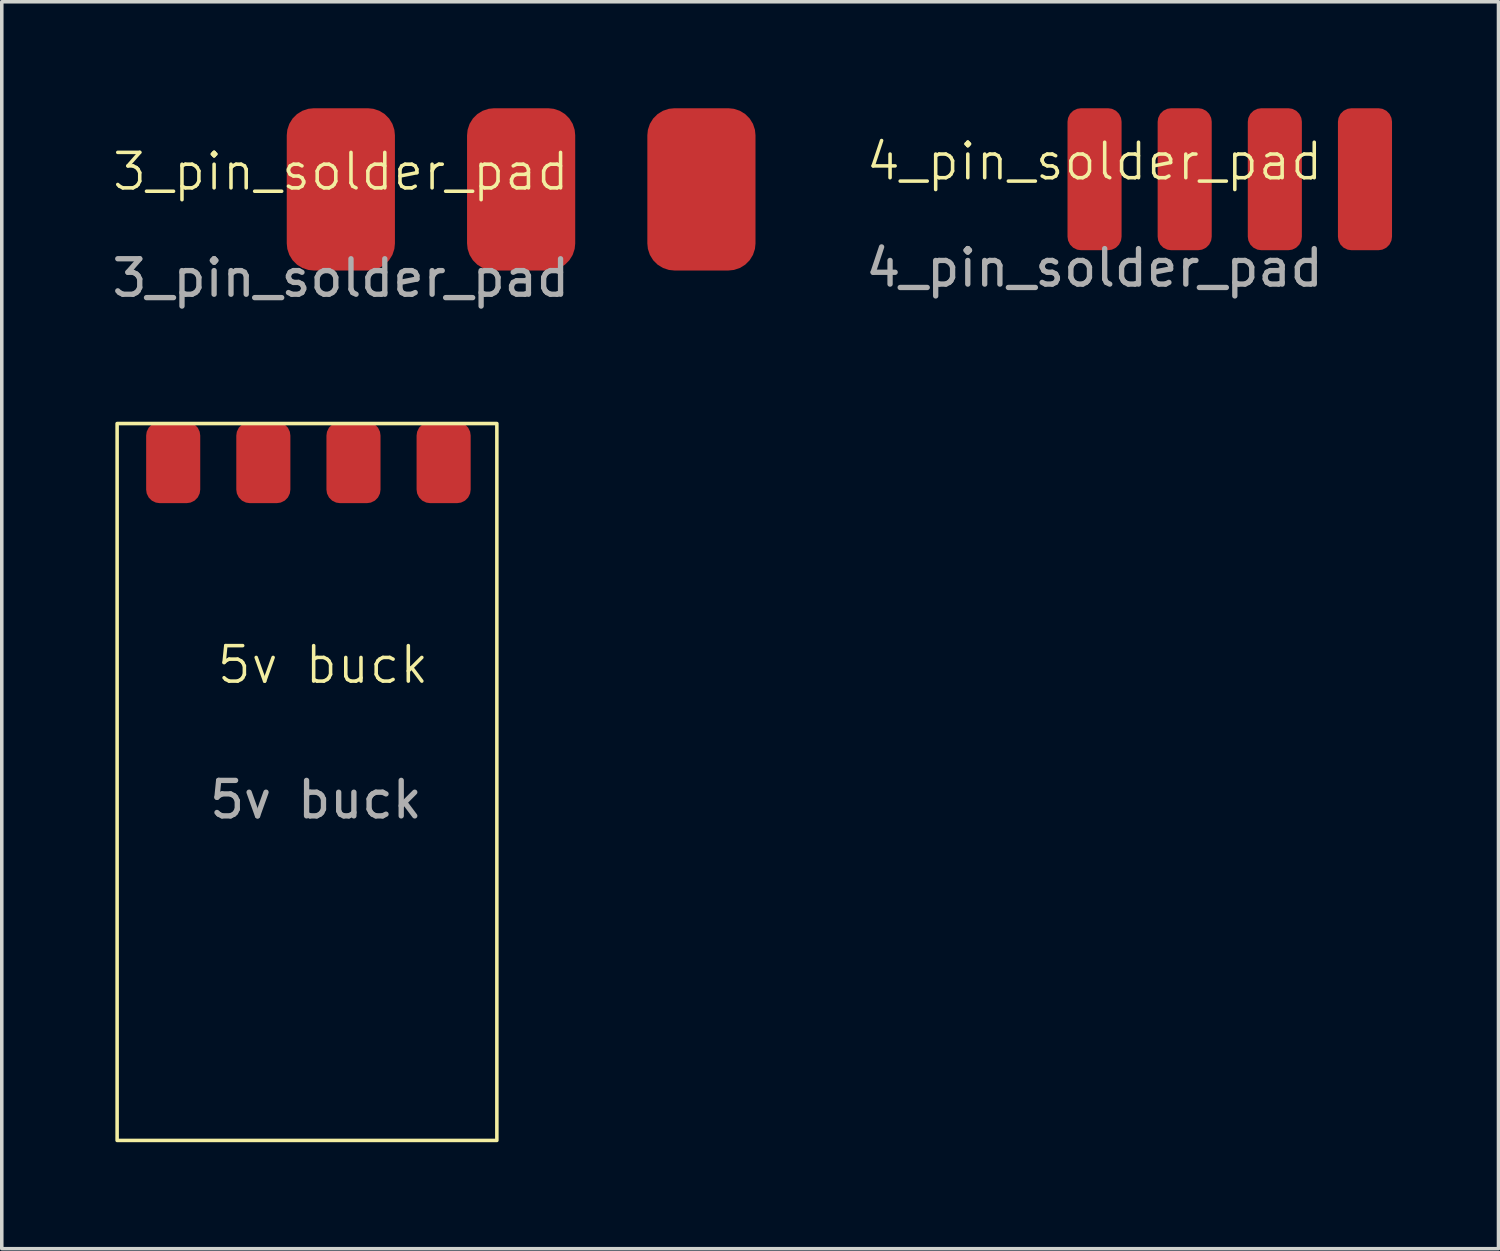
<source format=kicad_pcb>
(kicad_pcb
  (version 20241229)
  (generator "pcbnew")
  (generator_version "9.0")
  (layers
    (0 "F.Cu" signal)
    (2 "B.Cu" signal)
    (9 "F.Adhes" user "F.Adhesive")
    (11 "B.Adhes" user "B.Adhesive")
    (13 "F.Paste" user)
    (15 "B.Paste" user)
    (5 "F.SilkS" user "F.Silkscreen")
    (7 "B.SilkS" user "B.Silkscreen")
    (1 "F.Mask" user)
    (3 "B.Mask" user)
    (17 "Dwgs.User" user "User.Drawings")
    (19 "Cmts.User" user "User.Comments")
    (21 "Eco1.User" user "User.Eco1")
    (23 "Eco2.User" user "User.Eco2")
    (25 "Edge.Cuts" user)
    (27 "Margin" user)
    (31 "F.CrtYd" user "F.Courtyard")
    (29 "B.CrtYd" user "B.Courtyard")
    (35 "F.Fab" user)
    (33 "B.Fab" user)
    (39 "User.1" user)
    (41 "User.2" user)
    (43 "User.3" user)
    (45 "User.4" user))
  (footprint "4_pin_solder_pad"
    (layer "F.Cu")
    (at 27.791 2)
    (property "Reference" "4_pin_solder_pad" (at 0 -0.5 0) (unlocked yes) (layer "F.SilkS") (effects (font (size 1 1) (thickness 0.1))))
    (attr smd)
    (fp_text user "${REFERENCE}" (at 0 2.5 0) (unlocked yes) (layer "F.Fab") (effects (font (size 1 1) (thickness 0.15))))
    (pad "1" smd roundrect (at 0 0 90) (size 4 1.524) (layers "F.Cu" "F.Mask" "F.Paste") (roundrect_rratio 0.25))
    (pad "2" smd roundrect (at 2.54 0 90) (size 4 1.524) (layers "F.Cu" "F.Mask" "F.Paste") (roundrect_rratio 0.25))
    (pad "3" smd roundrect (at 5.08 0 90) (size 4 1.524) (layers "F.Cu" "F.Mask" "F.Paste") (roundrect_rratio 0.25))
    (pad "4" smd roundrect (at 7.62 0 90) (size 4 1.524) (layers "F.Cu" "F.Mask" "F.Paste") (roundrect_rratio 0.25)))
  (footprint "3_pin_solder_pad"
    (layer "F.Cu")
    (at 6.554 2.286)
    (property "Reference" "3_pin_solder_pad" (at 0 -0.5 0) (unlocked yes) (layer "F.SilkS") (effects (font (size 1 1) (thickness 0.1))))
    (attr smd)
    (fp_text user "${REFERENCE}" (at 0 2.5 0) (unlocked yes) (layer "F.Fab") (effects (font (size 1 1) (thickness 0.15))))
    (pad "1" smd roundrect (at 0 0 90) (size 4.572 3.048) (layers "F.Cu" "F.Mask" "F.Paste") (roundrect_rratio 0.25))
    (pad "2" smd roundrect (at 5.08 0 90) (size 4.572 3.048) (layers "F.Cu" "F.Mask" "F.Paste") (roundrect_rratio 0.25))
    (pad "3" smd roundrect (at 10.16 0 90) (size 4.572 3.048) (layers "F.Cu" "F.Mask" "F.Paste") (roundrect_rratio 0.25)))
  (footprint "5v buck"
    (layer "F.Cu")
    (at 0.25 8.884)
    (property "Reference" "5v buck" (at 5.8 6.8 0) (unlocked yes) (layer "F.SilkS") (effects (font (size 1 1) (thickness 0.1))))
    (attr smd)
    (fp_rect (start 0 0) (end 10.7 20.2) (stroke (width 0.1) (type default)) (fill no) (layer "F.SilkS"))
    (fp_text user "${REFERENCE}" (at 5.6 10.6 0) (unlocked yes) (layer "F.Fab") (effects (font (size 1 1) (thickness 0.15))))
    (pad "1" smd roundrect (at 1.58 1.1 90) (size 2.286 1.524) (layers "F.Cu" "F.Mask" "F.Paste") (roundrect_rratio 0.25))
    (pad "2" smd roundrect (at 4.12 1.1 90) (size 2.286 1.524) (layers "F.Cu" "F.Mask" "F.Paste") (roundrect_rratio 0.25))
    (pad "3" smd roundrect (at 6.66 1.1 90) (size 2.286 1.524) (layers "F.Cu" "F.Mask" "F.Paste") (roundrect_rratio 0.25))
    (pad "4" smd roundrect (at 9.2 1.1 90) (size 2.286 1.524) (layers "F.Cu" "F.Mask" "F.Paste") (roundrect_rratio 0.25)))
  (gr_rect
    (start -3 -3)
    (end 39.173 32.134)
    (stroke (width 0.1) (type default))
    (fill no)
    (layer "Edge.Cuts")))
</source>
